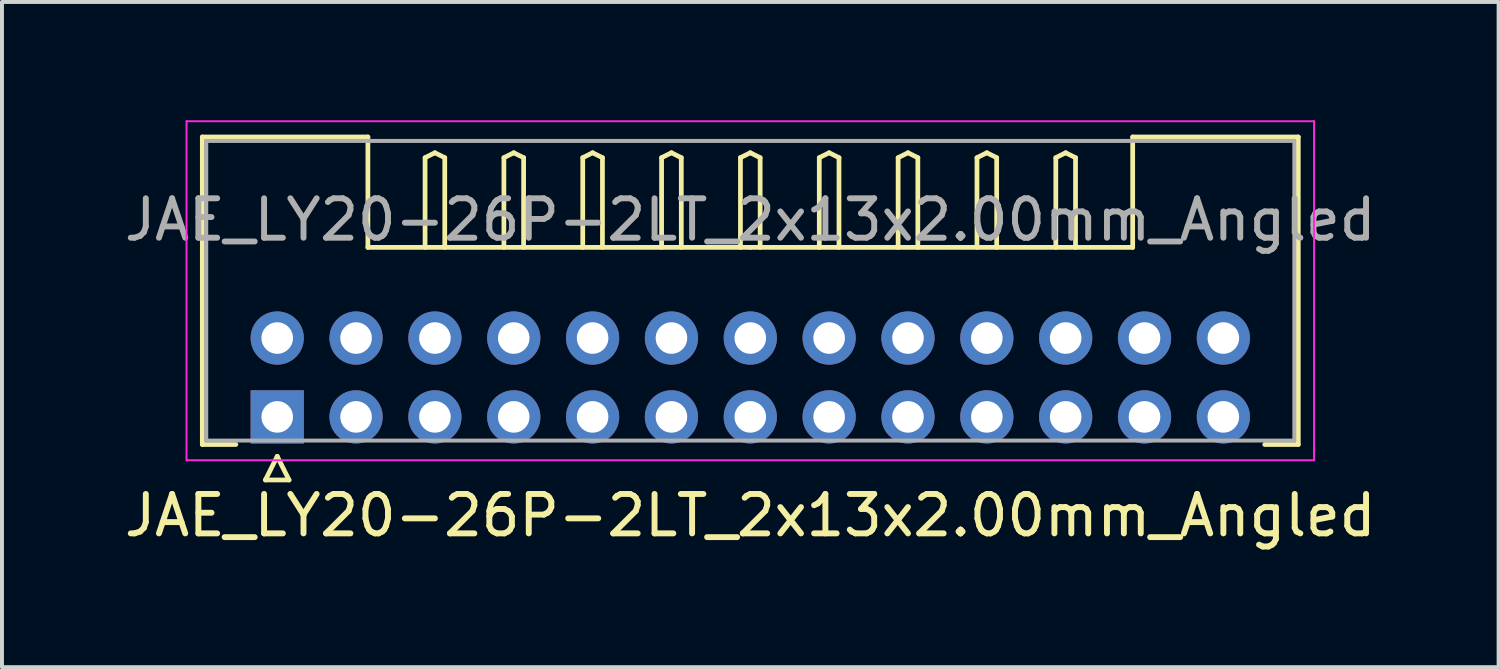
<source format=kicad_pcb>
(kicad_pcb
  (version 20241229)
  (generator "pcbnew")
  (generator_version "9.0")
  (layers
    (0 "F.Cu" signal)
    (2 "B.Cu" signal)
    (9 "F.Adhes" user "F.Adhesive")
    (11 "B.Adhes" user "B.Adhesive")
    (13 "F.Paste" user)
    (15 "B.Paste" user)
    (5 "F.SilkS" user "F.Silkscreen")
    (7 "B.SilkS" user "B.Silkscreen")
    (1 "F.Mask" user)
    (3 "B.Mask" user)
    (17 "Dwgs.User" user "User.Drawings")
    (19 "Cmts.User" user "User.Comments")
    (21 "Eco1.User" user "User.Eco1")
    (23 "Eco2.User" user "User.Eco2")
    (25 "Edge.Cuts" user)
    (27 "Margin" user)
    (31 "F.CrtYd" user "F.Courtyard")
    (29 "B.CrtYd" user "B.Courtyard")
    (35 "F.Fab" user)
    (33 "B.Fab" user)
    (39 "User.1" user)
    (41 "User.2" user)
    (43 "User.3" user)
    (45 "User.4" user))
  (footprint "JAE_LY20-26P-2LT_2x13x2.00mm_Angled"
    (layer "F.Cu")
    (at 3.982 7.525)
    (property "Reference" "JAE_LY20-26P-2LT_2x13x2.00mm_Angled" (at 12 2.5 0) (layer "F.SilkS") (effects (font (size 1 1) (thickness 0.15))))
    (attr through_hole)
    (fp_line (start -1.9 -7.1) (end 2.3 -7.1) (stroke (width 0.12) (type solid)) (layer "F.SilkS"))
    (fp_line (start -1.9 0.7) (end -1.9 -7.1) (stroke (width 0.12) (type solid)) (layer "F.SilkS"))
    (fp_line (start -1.05 0.7) (end -1.9 0.7) (stroke (width 0.12) (type solid)) (layer "F.SilkS"))
    (fp_line (start -0.3 1.6) (end 0.3 1.6) (stroke (width 0.12) (type solid)) (layer "F.SilkS"))
    (fp_line (start 0 1) (end -0.3 1.6) (stroke (width 0.12) (type solid)) (layer "F.SilkS"))
    (fp_line (start 0.3 1.6) (end 0 1) (stroke (width 0.12) (type solid)) (layer "F.SilkS"))
    (fp_line (start 2.3 -7.1) (end 2.3 -4.3) (stroke (width 0.12) (type solid)) (layer "F.SilkS"))
    (fp_line (start 2.3 -4.3) (end 12 -4.3) (stroke (width 0.12) (type solid)) (layer "F.SilkS"))
    (fp_line (start 3.75 -6.575) (end 4 -6.7) (stroke (width 0.12) (type solid)) (layer "F.SilkS"))
    (fp_line (start 3.75 -4.3) (end 3.75 -6.575) (stroke (width 0.12) (type solid)) (layer "F.SilkS"))
    (fp_line (start 4 -6.7) (end 4.25 -6.575) (stroke (width 0.12) (type solid)) (layer "F.SilkS"))
    (fp_line (start 4.25 -6.575) (end 4.25 -4.3) (stroke (width 0.12) (type solid)) (layer "F.SilkS"))
    (fp_line (start 5.75 -6.575) (end 6 -6.7) (stroke (width 0.12) (type solid)) (layer "F.SilkS"))
    (fp_line (start 5.75 -4.3) (end 5.75 -6.575) (stroke (width 0.12) (type solid)) (layer "F.SilkS"))
    (fp_line (start 6 -6.7) (end 6.25 -6.575) (stroke (width 0.12) (type solid)) (layer "F.SilkS"))
    (fp_line (start 6.25 -6.575) (end 6.25 -4.3) (stroke (width 0.12) (type solid)) (layer "F.SilkS"))
    (fp_line (start 7.75 -6.575) (end 8 -6.7) (stroke (width 0.12) (type solid)) (layer "F.SilkS"))
    (fp_line (start 7.75 -4.3) (end 7.75 -6.575) (stroke (width 0.12) (type solid)) (layer "F.SilkS"))
    (fp_line (start 8 -6.7) (end 8.25 -6.575) (stroke (width 0.12) (type solid)) (layer "F.SilkS"))
    (fp_line (start 8.25 -6.575) (end 8.25 -4.3) (stroke (width 0.12) (type solid)) (layer "F.SilkS"))
    (fp_line (start 9.75 -6.575) (end 10 -6.7) (stroke (width 0.12) (type solid)) (layer "F.SilkS"))
    (fp_line (start 9.75 -4.3) (end 9.75 -6.575) (stroke (width 0.12) (type solid)) (layer "F.SilkS"))
    (fp_line (start 10 -6.7) (end 10.25 -6.575) (stroke (width 0.12) (type solid)) (layer "F.SilkS"))
    (fp_line (start 10.25 -6.575) (end 10.25 -4.3) (stroke (width 0.12) (type solid)) (layer "F.SilkS"))
    (fp_line (start 11.75 -6.575) (end 12 -6.7) (stroke (width 0.12) (type solid)) (layer "F.SilkS"))
    (fp_line (start 11.75 -4.3) (end 11.75 -6.575) (stroke (width 0.12) (type solid)) (layer "F.SilkS"))
    (fp_line (start 12 -6.7) (end 12.25 -6.575) (stroke (width 0.12) (type solid)) (layer "F.SilkS"))
    (fp_line (start 12.25 -6.575) (end 12.25 -4.3) (stroke (width 0.12) (type solid)) (layer "F.SilkS"))
    (fp_line (start 13.75 -6.575) (end 14 -6.7) (stroke (width 0.12) (type solid)) (layer "F.SilkS"))
    (fp_line (start 13.75 -4.3) (end 13.75 -6.575) (stroke (width 0.12) (type solid)) (layer "F.SilkS"))
    (fp_line (start 14 -6.7) (end 14.25 -6.575) (stroke (width 0.12) (type solid)) (layer "F.SilkS"))
    (fp_line (start 14.25 -6.575) (end 14.25 -4.3) (stroke (width 0.12) (type solid)) (layer "F.SilkS"))
    (fp_line (start 15.75 -6.575) (end 16 -6.7) (stroke (width 0.12) (type solid)) (layer "F.SilkS"))
    (fp_line (start 15.75 -4.3) (end 15.75 -6.575) (stroke (width 0.12) (type solid)) (layer "F.SilkS"))
    (fp_line (start 16 -6.7) (end 16.25 -6.575) (stroke (width 0.12) (type solid)) (layer "F.SilkS"))
    (fp_line (start 16.25 -6.575) (end 16.25 -4.3) (stroke (width 0.12) (type solid)) (layer "F.SilkS"))
    (fp_line (start 17.75 -6.575) (end 18 -6.7) (stroke (width 0.12) (type solid)) (layer "F.SilkS"))
    (fp_line (start 17.75 -4.3) (end 17.75 -6.575) (stroke (width 0.12) (type solid)) (layer "F.SilkS"))
    (fp_line (start 18 -6.7) (end 18.25 -6.575) (stroke (width 0.12) (type solid)) (layer "F.SilkS"))
    (fp_line (start 18.25 -6.575) (end 18.25 -4.3) (stroke (width 0.12) (type solid)) (layer "F.SilkS"))
    (fp_line (start 19.75 -6.575) (end 20 -6.7) (stroke (width 0.12) (type solid)) (layer "F.SilkS"))
    (fp_line (start 19.75 -4.3) (end 19.75 -6.575) (stroke (width 0.12) (type solid)) (layer "F.SilkS"))
    (fp_line (start 20 -6.7) (end 20.25 -6.575) (stroke (width 0.12) (type solid)) (layer "F.SilkS"))
    (fp_line (start 20.25 -6.575) (end 20.25 -4.3) (stroke (width 0.12) (type solid)) (layer "F.SilkS"))
    (fp_line (start 21.7 -7.1) (end 21.7 -4.3) (stroke (width 0.12) (type solid)) (layer "F.SilkS"))
    (fp_line (start 21.7 -4.3) (end 12 -4.3) (stroke (width 0.12) (type solid)) (layer "F.SilkS"))
    (fp_line (start 25.05 0.7) (end 25.9 0.7) (stroke (width 0.12) (type solid)) (layer "F.SilkS"))
    (fp_line (start 25.9 -7.1) (end 21.7 -7.1) (stroke (width 0.12) (type solid)) (layer "F.SilkS"))
    (fp_line (start 25.9 0.7) (end 25.9 -7.1) (stroke (width 0.12) (type solid)) (layer "F.SilkS"))
    (fp_line (start -2.3 -7.5) (end -2.3 1.1) (stroke (width 0.05) (type solid)) (layer "F.CrtYd"))
    (fp_line (start -2.3 1.1) (end 26.3 1.1) (stroke (width 0.05) (type solid)) (layer "F.CrtYd"))
    (fp_line (start 26.3 -7.5) (end -2.3 -7.5) (stroke (width 0.05) (type solid)) (layer "F.CrtYd"))
    (fp_line (start 26.3 1.1) (end 26.3 -7.5) (stroke (width 0.05) (type solid)) (layer "F.CrtYd"))
    (fp_line (start -1.8 -7) (end -1.8 0.6) (stroke (width 0.1) (type solid)) (layer "F.Fab"))
    (fp_line (start -1.8 0.6) (end 25.8 0.6) (stroke (width 0.1) (type solid)) (layer "F.Fab"))
    (fp_line (start 25.8 -7) (end -1.8 -7) (stroke (width 0.1) (type solid)) (layer "F.Fab"))
    (fp_line (start 25.8 0.6) (end 25.8 -7) (stroke (width 0.1) (type solid)) (layer "F.Fab"))
    (fp_text user "${REFERENCE}" (at 12 -5 0) (layer "F.Fab") (effects (font (size 1 1) (thickness 0.15))))
    (pad "1" thru_hole rect (at 0 0) (size 1.35 1.35) (drill 0.8) (layers "*.Cu" "*.Mask"))
    (pad "2" thru_hole circle (at 2 0) (size 1.35 1.35) (drill 0.8) (layers "*.Cu" "*.Mask"))
    (pad "3" thru_hole circle (at 4 0) (size 1.35 1.35) (drill 0.8) (layers "*.Cu" "*.Mask"))
    (pad "4" thru_hole circle (at 6 0) (size 1.35 1.35) (drill 0.8) (layers "*.Cu" "*.Mask"))
    (pad "5" thru_hole circle (at 8 0) (size 1.35 1.35) (drill 0.8) (layers "*.Cu" "*.Mask"))
    (pad "6" thru_hole circle (at 10 0) (size 1.35 1.35) (drill 0.8) (layers "*.Cu" "*.Mask"))
    (pad "7" thru_hole circle (at 12 0) (size 1.35 1.35) (drill 0.8) (layers "*.Cu" "*.Mask"))
    (pad "8" thru_hole circle (at 14 0) (size 1.35 1.35) (drill 0.8) (layers "*.Cu" "*.Mask"))
    (pad "9" thru_hole circle (at 16 0) (size 1.35 1.35) (drill 0.8) (layers "*.Cu" "*.Mask"))
    (pad "10" thru_hole circle (at 18 0) (size 1.35 1.35) (drill 0.8) (layers "*.Cu" "*.Mask"))
    (pad "11" thru_hole circle (at 20 0) (size 1.35 1.35) (drill 0.8) (layers "*.Cu" "*.Mask"))
    (pad "12" thru_hole circle (at 22 0) (size 1.35 1.35) (drill 0.8) (layers "*.Cu" "*.Mask"))
    (pad "13" thru_hole circle (at 24 0) (size 1.35 1.35) (drill 0.8) (layers "*.Cu" "*.Mask"))
    (pad "14" thru_hole circle (at 0 -2) (size 1.35 1.35) (drill 0.8) (layers "*.Cu" "*.Mask"))
    (pad "15" thru_hole circle (at 2 -2) (size 1.35 1.35) (drill 0.8) (layers "*.Cu" "*.Mask"))
    (pad "16" thru_hole circle (at 4 -2) (size 1.35 1.35) (drill 0.8) (layers "*.Cu" "*.Mask"))
    (pad "17" thru_hole circle (at 6 -2) (size 1.35 1.35) (drill 0.8) (layers "*.Cu" "*.Mask"))
    (pad "18" thru_hole circle (at 8 -2) (size 1.35 1.35) (drill 0.8) (layers "*.Cu" "*.Mask"))
    (pad "19" thru_hole circle (at 10 -2) (size 1.35 1.35) (drill 0.8) (layers "*.Cu" "*.Mask"))
    (pad "20" thru_hole circle (at 12 -2) (size 1.35 1.35) (drill 0.8) (layers "*.Cu" "*.Mask"))
    (pad "21" thru_hole circle (at 14 -2) (size 1.35 1.35) (drill 0.8) (layers "*.Cu" "*.Mask"))
    (pad "22" thru_hole circle (at 16 -2) (size 1.35 1.35) (drill 0.8) (layers "*.Cu" "*.Mask"))
    (pad "23" thru_hole circle (at 18 -2) (size 1.35 1.35) (drill 0.8) (layers "*.Cu" "*.Mask"))
    (pad "24" thru_hole circle (at 20 -2) (size 1.35 1.35) (drill 0.8) (layers "*.Cu" "*.Mask"))
    (pad "25" thru_hole circle (at 22 -2) (size 1.35 1.35) (drill 0.8) (layers "*.Cu" "*.Mask"))
    (pad "26" thru_hole circle (at 24 -2) (size 1.35 1.35) (drill 0.8) (layers "*.Cu" "*.Mask")))
  (gr_rect
    (start -3 -3)
    (end 34.964 13.873)
    (stroke (width 0.1) (type default))
    (fill no)
    (layer "Edge.Cuts")))
</source>
